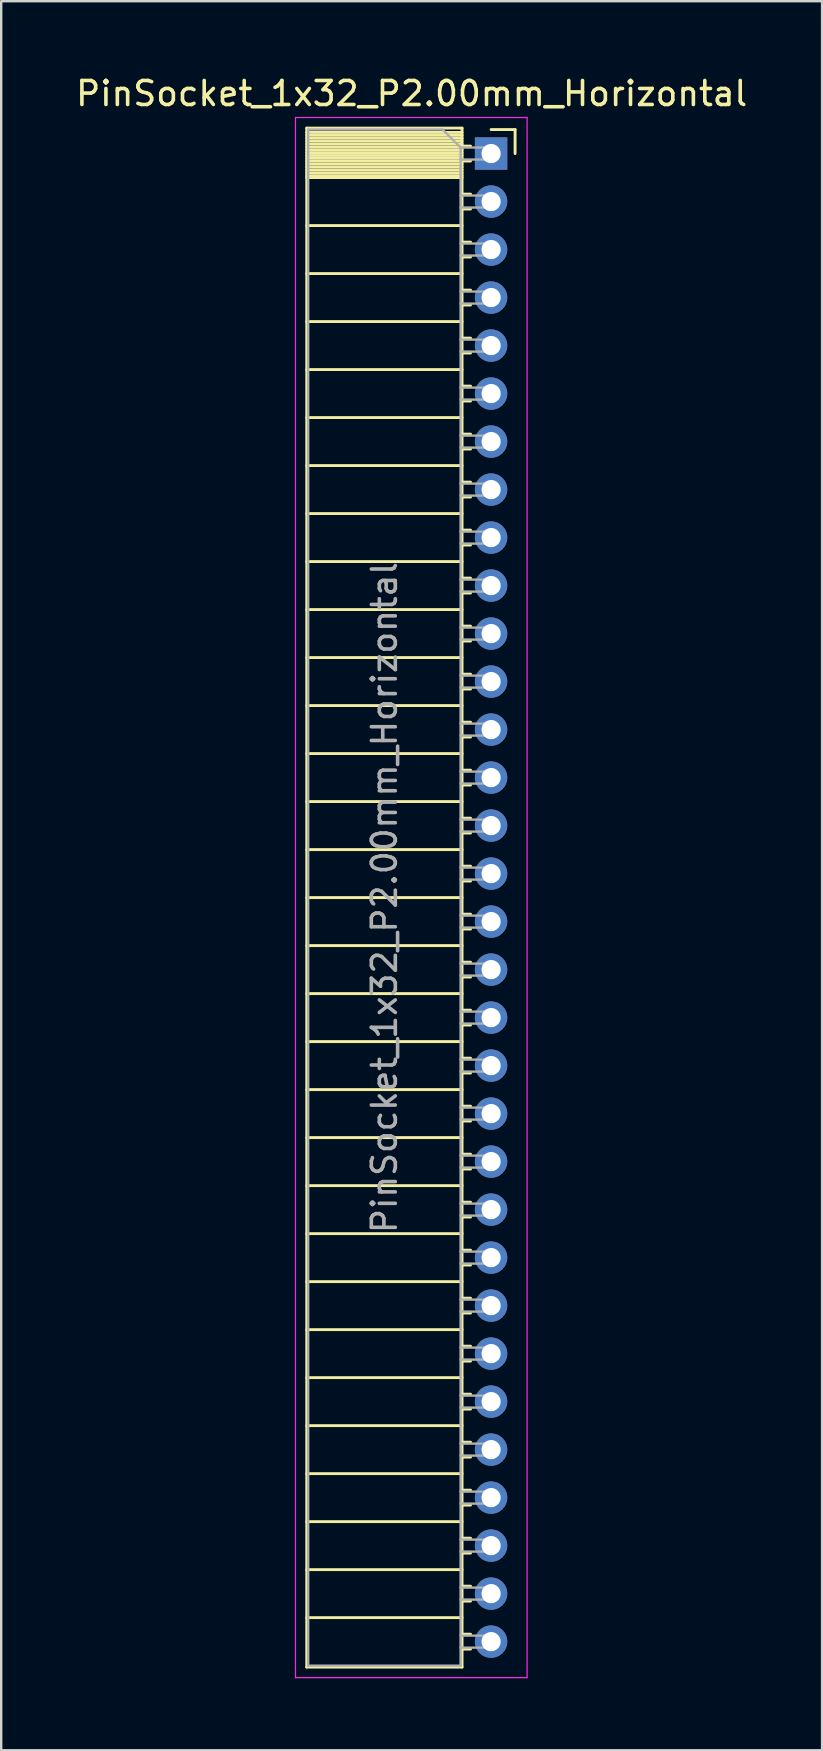
<source format=kicad_pcb>
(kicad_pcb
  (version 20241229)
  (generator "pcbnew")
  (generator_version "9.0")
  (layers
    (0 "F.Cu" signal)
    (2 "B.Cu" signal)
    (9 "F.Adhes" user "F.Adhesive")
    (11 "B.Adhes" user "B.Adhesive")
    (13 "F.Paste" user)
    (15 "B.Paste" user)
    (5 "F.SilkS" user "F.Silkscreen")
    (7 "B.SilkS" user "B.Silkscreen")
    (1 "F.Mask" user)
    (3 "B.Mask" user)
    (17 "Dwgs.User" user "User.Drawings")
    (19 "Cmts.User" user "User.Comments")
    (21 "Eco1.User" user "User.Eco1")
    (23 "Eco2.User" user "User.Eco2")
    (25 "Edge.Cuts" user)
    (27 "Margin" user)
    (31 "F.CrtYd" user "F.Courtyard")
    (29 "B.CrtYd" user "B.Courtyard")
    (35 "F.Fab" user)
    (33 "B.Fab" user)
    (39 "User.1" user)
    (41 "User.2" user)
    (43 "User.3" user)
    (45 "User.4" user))
  (footprint "PinSocket_1x32_P2.00mm_Horizontal"
    (layer "F.Cu")
    (at 17.411 3.348)
    (property "Reference" "PinSocket_1x32_P2.00mm_Horizontal" (at -3.31 -2.5 0) (layer "F.SilkS") (effects (font (size 1 1) (thickness 0.15))))
    (attr through_hole)
    (fp_line (start -7.68 -1.06) (end -1.21 -1.06) (stroke (width 0.12) (type solid)) (layer "F.SilkS"))
    (fp_line (start -7.68 -0.88) (end -1.21 -0.88) (stroke (width 0.12) (type solid)) (layer "F.SilkS"))
    (fp_line (start -7.68 -0.76) (end -1.21 -0.76) (stroke (width 0.12) (type solid)) (layer "F.SilkS"))
    (fp_line (start -7.68 -0.64) (end -1.21 -0.64) (stroke (width 0.12) (type solid)) (layer "F.SilkS"))
    (fp_line (start -7.68 -0.52) (end -1.21 -0.52) (stroke (width 0.12) (type solid)) (layer "F.SilkS"))
    (fp_line (start -7.68 -0.4) (end -1.21 -0.4) (stroke (width 0.12) (type solid)) (layer "F.SilkS"))
    (fp_line (start -7.68 -0.28) (end -1.21 -0.28) (stroke (width 0.12) (type solid)) (layer "F.SilkS"))
    (fp_line (start -7.68 -0.16) (end -1.21 -0.16) (stroke (width 0.12) (type solid)) (layer "F.SilkS"))
    (fp_line (start -7.68 -0.04) (end -1.21 -0.04) (stroke (width 0.12) (type solid)) (layer "F.SilkS"))
    (fp_line (start -7.68 0.08) (end -1.21 0.08) (stroke (width 0.12) (type solid)) (layer "F.SilkS"))
    (fp_line (start -7.68 0.2) (end -1.21 0.2) (stroke (width 0.12) (type solid)) (layer "F.SilkS"))
    (fp_line (start -7.68 0.32) (end -1.21 0.32) (stroke (width 0.12) (type solid)) (layer "F.SilkS"))
    (fp_line (start -7.68 0.44) (end -1.21 0.44) (stroke (width 0.12) (type solid)) (layer "F.SilkS"))
    (fp_line (start -7.68 0.56) (end -1.21 0.56) (stroke (width 0.12) (type solid)) (layer "F.SilkS"))
    (fp_line (start -7.68 0.68) (end -1.21 0.68) (stroke (width 0.12) (type solid)) (layer "F.SilkS"))
    (fp_line (start -7.68 0.8) (end -1.21 0.8) (stroke (width 0.12) (type solid)) (layer "F.SilkS"))
    (fp_line (start -7.68 0.92) (end -1.21 0.92) (stroke (width 0.12) (type solid)) (layer "F.SilkS"))
    (fp_line (start -7.68 1) (end -1.21 1) (stroke (width 0.12) (type solid)) (layer "F.SilkS"))
    (fp_line (start -7.68 3) (end -1.21 3) (stroke (width 0.12) (type solid)) (layer "F.SilkS"))
    (fp_line (start -7.68 5) (end -1.21 5) (stroke (width 0.12) (type solid)) (layer "F.SilkS"))
    (fp_line (start -7.68 7) (end -1.21 7) (stroke (width 0.12) (type solid)) (layer "F.SilkS"))
    (fp_line (start -7.68 9) (end -1.21 9) (stroke (width 0.12) (type solid)) (layer "F.SilkS"))
    (fp_line (start -7.68 11) (end -1.21 11) (stroke (width 0.12) (type solid)) (layer "F.SilkS"))
    (fp_line (start -7.68 13) (end -1.21 13) (stroke (width 0.12) (type solid)) (layer "F.SilkS"))
    (fp_line (start -7.68 15) (end -1.21 15) (stroke (width 0.12) (type solid)) (layer "F.SilkS"))
    (fp_line (start -7.68 17) (end -1.21 17) (stroke (width 0.12) (type solid)) (layer "F.SilkS"))
    (fp_line (start -7.68 19) (end -1.21 19) (stroke (width 0.12) (type solid)) (layer "F.SilkS"))
    (fp_line (start -7.68 21) (end -1.21 21) (stroke (width 0.12) (type solid)) (layer "F.SilkS"))
    (fp_line (start -7.68 23) (end -1.21 23) (stroke (width 0.12) (type solid)) (layer "F.SilkS"))
    (fp_line (start -7.68 25) (end -1.21 25) (stroke (width 0.12) (type solid)) (layer "F.SilkS"))
    (fp_line (start -7.68 27) (end -1.21 27) (stroke (width 0.12) (type solid)) (layer "F.SilkS"))
    (fp_line (start -7.68 29) (end -1.21 29) (stroke (width 0.12) (type solid)) (layer "F.SilkS"))
    (fp_line (start -7.68 31) (end -1.21 31) (stroke (width 0.12) (type solid)) (layer "F.SilkS"))
    (fp_line (start -7.68 33) (end -1.21 33) (stroke (width 0.12) (type solid)) (layer "F.SilkS"))
    (fp_line (start -7.68 35) (end -1.21 35) (stroke (width 0.12) (type solid)) (layer "F.SilkS"))
    (fp_line (start -7.68 37) (end -1.21 37) (stroke (width 0.12) (type solid)) (layer "F.SilkS"))
    (fp_line (start -7.68 39) (end -1.21 39) (stroke (width 0.12) (type solid)) (layer "F.SilkS"))
    (fp_line (start -7.68 41) (end -1.21 41) (stroke (width 0.12) (type solid)) (layer "F.SilkS"))
    (fp_line (start -7.68 43) (end -1.21 43) (stroke (width 0.12) (type solid)) (layer "F.SilkS"))
    (fp_line (start -7.68 45) (end -1.21 45) (stroke (width 0.12) (type solid)) (layer "F.SilkS"))
    (fp_line (start -7.68 47) (end -1.21 47) (stroke (width 0.12) (type solid)) (layer "F.SilkS"))
    (fp_line (start -7.68 49) (end -1.21 49) (stroke (width 0.12) (type solid)) (layer "F.SilkS"))
    (fp_line (start -7.68 51) (end -1.21 51) (stroke (width 0.12) (type solid)) (layer "F.SilkS"))
    (fp_line (start -7.68 53) (end -1.21 53) (stroke (width 0.12) (type solid)) (layer "F.SilkS"))
    (fp_line (start -7.68 55) (end -1.21 55) (stroke (width 0.12) (type solid)) (layer "F.SilkS"))
    (fp_line (start -7.68 57) (end -1.21 57) (stroke (width 0.12) (type solid)) (layer "F.SilkS"))
    (fp_line (start -7.68 59) (end -1.21 59) (stroke (width 0.12) (type solid)) (layer "F.SilkS"))
    (fp_line (start -7.68 61) (end -1.21 61) (stroke (width 0.12) (type solid)) (layer "F.SilkS"))
    (fp_line (start -7.68 63.06) (end -7.68 -1.06) (stroke (width 0.12) (type solid)) (layer "F.SilkS"))
    (fp_line (start -1.21 -1.06) (end -1.21 63.06) (stroke (width 0.12) (type solid)) (layer "F.SilkS"))
    (fp_line (start -1.21 -0.31) (end -0.855 -0.31) (stroke (width 0.12) (type solid)) (layer "F.SilkS"))
    (fp_line (start -1.21 1.69) (end -0.855 1.69) (stroke (width 0.12) (type solid)) (layer "F.SilkS"))
    (fp_line (start -1.21 3.69) (end -0.855 3.69) (stroke (width 0.12) (type solid)) (layer "F.SilkS"))
    (fp_line (start -1.21 5.69) (end -0.855 5.69) (stroke (width 0.12) (type solid)) (layer "F.SilkS"))
    (fp_line (start -1.21 7.69) (end -0.855 7.69) (stroke (width 0.12) (type solid)) (layer "F.SilkS"))
    (fp_line (start -1.21 9.69) (end -0.855 9.69) (stroke (width 0.12) (type solid)) (layer "F.SilkS"))
    (fp_line (start -1.21 11.69) (end -0.855 11.69) (stroke (width 0.12) (type solid)) (layer "F.SilkS"))
    (fp_line (start -1.21 13.69) (end -0.855 13.69) (stroke (width 0.12) (type solid)) (layer "F.SilkS"))
    (fp_line (start -1.21 15.69) (end -0.855 15.69) (stroke (width 0.12) (type solid)) (layer "F.SilkS"))
    (fp_line (start -1.21 17.69) (end -0.855 17.69) (stroke (width 0.12) (type solid)) (layer "F.SilkS"))
    (fp_line (start -1.21 19.69) (end -0.855 19.69) (stroke (width 0.12) (type solid)) (layer "F.SilkS"))
    (fp_line (start -1.21 21.69) (end -0.855 21.69) (stroke (width 0.12) (type solid)) (layer "F.SilkS"))
    (fp_line (start -1.21 23.69) (end -0.855 23.69) (stroke (width 0.12) (type solid)) (layer "F.SilkS"))
    (fp_line (start -1.21 25.69) (end -0.855 25.69) (stroke (width 0.12) (type solid)) (layer "F.SilkS"))
    (fp_line (start -1.21 27.69) (end -0.855 27.69) (stroke (width 0.12) (type solid)) (layer "F.SilkS"))
    (fp_line (start -1.21 29.69) (end -0.855 29.69) (stroke (width 0.12) (type solid)) (layer "F.SilkS"))
    (fp_line (start -1.21 31.69) (end -0.855 31.69) (stroke (width 0.12) (type solid)) (layer "F.SilkS"))
    (fp_line (start -1.21 33.69) (end -0.855 33.69) (stroke (width 0.12) (type solid)) (layer "F.SilkS"))
    (fp_line (start -1.21 35.69) (end -0.855 35.69) (stroke (width 0.12) (type solid)) (layer "F.SilkS"))
    (fp_line (start -1.21 37.69) (end -0.855 37.69) (stroke (width 0.12) (type solid)) (layer "F.SilkS"))
    (fp_line (start -1.21 39.69) (end -0.855 39.69) (stroke (width 0.12) (type solid)) (layer "F.SilkS"))
    (fp_line (start -1.21 41.69) (end -0.855 41.69) (stroke (width 0.12) (type solid)) (layer "F.SilkS"))
    (fp_line (start -1.21 43.69) (end -0.855 43.69) (stroke (width 0.12) (type solid)) (layer "F.SilkS"))
    (fp_line (start -1.21 45.69) (end -0.855 45.69) (stroke (width 0.12) (type solid)) (layer "F.SilkS"))
    (fp_line (start -1.21 47.69) (end -0.855 47.69) (stroke (width 0.12) (type solid)) (layer "F.SilkS"))
    (fp_line (start -1.21 49.69) (end -0.855 49.69) (stroke (width 0.12) (type solid)) (layer "F.SilkS"))
    (fp_line (start -1.21 51.69) (end -0.855 51.69) (stroke (width 0.12) (type solid)) (layer "F.SilkS"))
    (fp_line (start -1.21 53.69) (end -0.855 53.69) (stroke (width 0.12) (type solid)) (layer "F.SilkS"))
    (fp_line (start -1.21 55.69) (end -0.855 55.69) (stroke (width 0.12) (type solid)) (layer "F.SilkS"))
    (fp_line (start -1.21 57.69) (end -0.855 57.69) (stroke (width 0.12) (type solid)) (layer "F.SilkS"))
    (fp_line (start -1.21 59.69) (end -0.855 59.69) (stroke (width 0.12) (type solid)) (layer "F.SilkS"))
    (fp_line (start -1.21 61.69) (end -0.855 61.69) (stroke (width 0.12) (type solid)) (layer "F.SilkS"))
    (fp_line (start -1.21 63.06) (end -7.68 63.06) (stroke (width 0.12) (type solid)) (layer "F.SilkS"))
    (fp_line (start -0.855 0.31) (end -1.21 0.31) (stroke (width 0.12) (type solid)) (layer "F.SilkS"))
    (fp_line (start -0.855 2.31) (end -1.21 2.31) (stroke (width 0.12) (type solid)) (layer "F.SilkS"))
    (fp_line (start -0.855 4.31) (end -1.21 4.31) (stroke (width 0.12) (type solid)) (layer "F.SilkS"))
    (fp_line (start -0.855 6.31) (end -1.21 6.31) (stroke (width 0.12) (type solid)) (layer "F.SilkS"))
    (fp_line (start -0.855 8.31) (end -1.21 8.31) (stroke (width 0.12) (type solid)) (layer "F.SilkS"))
    (fp_line (start -0.855 10.31) (end -1.21 10.31) (stroke (width 0.12) (type solid)) (layer "F.SilkS"))
    (fp_line (start -0.855 12.31) (end -1.21 12.31) (stroke (width 0.12) (type solid)) (layer "F.SilkS"))
    (fp_line (start -0.855 14.31) (end -1.21 14.31) (stroke (width 0.12) (type solid)) (layer "F.SilkS"))
    (fp_line (start -0.855 16.31) (end -1.21 16.31) (stroke (width 0.12) (type solid)) (layer "F.SilkS"))
    (fp_line (start -0.855 18.31) (end -1.21 18.31) (stroke (width 0.12) (type solid)) (layer "F.SilkS"))
    (fp_line (start -0.855 20.31) (end -1.21 20.31) (stroke (width 0.12) (type solid)) (layer "F.SilkS"))
    (fp_line (start -0.855 22.31) (end -1.21 22.31) (stroke (width 0.12) (type solid)) (layer "F.SilkS"))
    (fp_line (start -0.855 24.31) (end -1.21 24.31) (stroke (width 0.12) (type solid)) (layer "F.SilkS"))
    (fp_line (start -0.855 26.31) (end -1.21 26.31) (stroke (width 0.12) (type solid)) (layer "F.SilkS"))
    (fp_line (start -0.855 28.31) (end -1.21 28.31) (stroke (width 0.12) (type solid)) (layer "F.SilkS"))
    (fp_line (start -0.855 30.31) (end -1.21 30.31) (stroke (width 0.12) (type solid)) (layer "F.SilkS"))
    (fp_line (start -0.855 32.31) (end -1.21 32.31) (stroke (width 0.12) (type solid)) (layer "F.SilkS"))
    (fp_line (start -0.855 34.31) (end -1.21 34.31) (stroke (width 0.12) (type solid)) (layer "F.SilkS"))
    (fp_line (start -0.855 36.31) (end -1.21 36.31) (stroke (width 0.12) (type solid)) (layer "F.SilkS"))
    (fp_line (start -0.855 38.31) (end -1.21 38.31) (stroke (width 0.12) (type solid)) (layer "F.SilkS"))
    (fp_line (start -0.855 40.31) (end -1.21 40.31) (stroke (width 0.12) (type solid)) (layer "F.SilkS"))
    (fp_line (start -0.855 42.31) (end -1.21 42.31) (stroke (width 0.12) (type solid)) (layer "F.SilkS"))
    (fp_line (start -0.855 44.31) (end -1.21 44.31) (stroke (width 0.12) (type solid)) (layer "F.SilkS"))
    (fp_line (start -0.855 46.31) (end -1.21 46.31) (stroke (width 0.12) (type solid)) (layer "F.SilkS"))
    (fp_line (start -0.855 48.31) (end -1.21 48.31) (stroke (width 0.12) (type solid)) (layer "F.SilkS"))
    (fp_line (start -0.855 50.31) (end -1.21 50.31) (stroke (width 0.12) (type solid)) (layer "F.SilkS"))
    (fp_line (start -0.855 52.31) (end -1.21 52.31) (stroke (width 0.12) (type solid)) (layer "F.SilkS"))
    (fp_line (start -0.855 54.31) (end -1.21 54.31) (stroke (width 0.12) (type solid)) (layer "F.SilkS"))
    (fp_line (start -0.855 56.31) (end -1.21 56.31) (stroke (width 0.12) (type solid)) (layer "F.SilkS"))
    (fp_line (start -0.855 58.31) (end -1.21 58.31) (stroke (width 0.12) (type solid)) (layer "F.SilkS"))
    (fp_line (start -0.855 60.31) (end -1.21 60.31) (stroke (width 0.12) (type solid)) (layer "F.SilkS"))
    (fp_line (start -0.855 62.31) (end -1.21 62.31) (stroke (width 0.12) (type solid)) (layer "F.SilkS"))
    (fp_line (start 0 -1) (end 1 -1) (stroke (width 0.12) (type solid)) (layer "F.SilkS"))
    (fp_line (start 1 -1) (end 1 0) (stroke (width 0.12) (type solid)) (layer "F.SilkS"))
    (fp_line (start -8.15 -1.5) (end -8.15 63.5) (stroke (width 0.05) (type solid)) (layer "F.CrtYd"))
    (fp_line (start -8.15 63.5) (end 1.5 63.5) (stroke (width 0.05) (type solid)) (layer "F.CrtYd"))
    (fp_line (start 1.5 -1.5) (end -8.15 -1.5) (stroke (width 0.05) (type solid)) (layer "F.CrtYd"))
    (fp_line (start 1.5 63.5) (end 1.5 -1.5) (stroke (width 0.05) (type solid)) (layer "F.CrtYd"))
    (fp_line (start -7.62 -1) (end -2.02 -1) (stroke (width 0.1) (type solid)) (layer "F.Fab"))
    (fp_line (start -7.62 63) (end -7.62 -1) (stroke (width 0.1) (type solid)) (layer "F.Fab"))
    (fp_line (start -2.02 -1) (end -1.27 -0.25) (stroke (width 0.1) (type solid)) (layer "F.Fab"))
    (fp_line (start -1.27 -0.25) (end -1.27 63) (stroke (width 0.1) (type solid)) (layer "F.Fab"))
    (fp_line (start -1.27 0.25) (end 0 0.25) (stroke (width 0.1) (type solid)) (layer "F.Fab"))
    (fp_line (start -1.27 2.25) (end 0 2.25) (stroke (width 0.1) (type solid)) (layer "F.Fab"))
    (fp_line (start -1.27 4.25) (end 0 4.25) (stroke (width 0.1) (type solid)) (layer "F.Fab"))
    (fp_line (start -1.27 6.25) (end 0 6.25) (stroke (width 0.1) (type solid)) (layer "F.Fab"))
    (fp_line (start -1.27 8.25) (end 0 8.25) (stroke (width 0.1) (type solid)) (layer "F.Fab"))
    (fp_line (start -1.27 10.25) (end 0 10.25) (stroke (width 0.1) (type solid)) (layer "F.Fab"))
    (fp_line (start -1.27 12.25) (end 0 12.25) (stroke (width 0.1) (type solid)) (layer "F.Fab"))
    (fp_line (start -1.27 14.25) (end 0 14.25) (stroke (width 0.1) (type solid)) (layer "F.Fab"))
    (fp_line (start -1.27 16.25) (end 0 16.25) (stroke (width 0.1) (type solid)) (layer "F.Fab"))
    (fp_line (start -1.27 18.25) (end 0 18.25) (stroke (width 0.1) (type solid)) (layer "F.Fab"))
    (fp_line (start -1.27 20.25) (end 0 20.25) (stroke (width 0.1) (type solid)) (layer "F.Fab"))
    (fp_line (start -1.27 22.25) (end 0 22.25) (stroke (width 0.1) (type solid)) (layer "F.Fab"))
    (fp_line (start -1.27 24.25) (end 0 24.25) (stroke (width 0.1) (type solid)) (layer "F.Fab"))
    (fp_line (start -1.27 26.25) (end 0 26.25) (stroke (width 0.1) (type solid)) (layer "F.Fab"))
    (fp_line (start -1.27 28.25) (end 0 28.25) (stroke (width 0.1) (type solid)) (layer "F.Fab"))
    (fp_line (start -1.27 30.25) (end 0 30.25) (stroke (width 0.1) (type solid)) (layer "F.Fab"))
    (fp_line (start -1.27 32.25) (end 0 32.25) (stroke (width 0.1) (type solid)) (layer "F.Fab"))
    (fp_line (start -1.27 34.25) (end 0 34.25) (stroke (width 0.1) (type solid)) (layer "F.Fab"))
    (fp_line (start -1.27 36.25) (end 0 36.25) (stroke (width 0.1) (type solid)) (layer "F.Fab"))
    (fp_line (start -1.27 38.25) (end 0 38.25) (stroke (width 0.1) (type solid)) (layer "F.Fab"))
    (fp_line (start -1.27 40.25) (end 0 40.25) (stroke (width 0.1) (type solid)) (layer "F.Fab"))
    (fp_line (start -1.27 42.25) (end 0 42.25) (stroke (width 0.1) (type solid)) (layer "F.Fab"))
    (fp_line (start -1.27 44.25) (end 0 44.25) (stroke (width 0.1) (type solid)) (layer "F.Fab"))
    (fp_line (start -1.27 46.25) (end 0 46.25) (stroke (width 0.1) (type solid)) (layer "F.Fab"))
    (fp_line (start -1.27 48.25) (end 0 48.25) (stroke (width 0.1) (type solid)) (layer "F.Fab"))
    (fp_line (start -1.27 50.25) (end 0 50.25) (stroke (width 0.1) (type solid)) (layer "F.Fab"))
    (fp_line (start -1.27 52.25) (end 0 52.25) (stroke (width 0.1) (type solid)) (layer "F.Fab"))
    (fp_line (start -1.27 54.25) (end 0 54.25) (stroke (width 0.1) (type solid)) (layer "F.Fab"))
    (fp_line (start -1.27 56.25) (end 0 56.25) (stroke (width 0.1) (type solid)) (layer "F.Fab"))
    (fp_line (start -1.27 58.25) (end 0 58.25) (stroke (width 0.1) (type solid)) (layer "F.Fab"))
    (fp_line (start -1.27 60.25) (end 0 60.25) (stroke (width 0.1) (type solid)) (layer "F.Fab"))
    (fp_line (start -1.27 62.25) (end 0 62.25) (stroke (width 0.1) (type solid)) (layer "F.Fab"))
    (fp_line (start -1.27 63) (end -7.62 63) (stroke (width 0.1) (type solid)) (layer "F.Fab"))
    (fp_line (start 0 -0.25) (end -1.27 -0.25) (stroke (width 0.1) (type solid)) (layer "F.Fab"))
    (fp_line (start 0 0.25) (end 0 -0.25) (stroke (width 0.1) (type solid)) (layer "F.Fab"))
    (fp_line (start 0 1.75) (end -1.27 1.75) (stroke (width 0.1) (type solid)) (layer "F.Fab"))
    (fp_line (start 0 2.25) (end 0 1.75) (stroke (width 0.1) (type solid)) (layer "F.Fab"))
    (fp_line (start 0 3.75) (end -1.27 3.75) (stroke (width 0.1) (type solid)) (layer "F.Fab"))
    (fp_line (start 0 4.25) (end 0 3.75) (stroke (width 0.1) (type solid)) (layer "F.Fab"))
    (fp_line (start 0 5.75) (end -1.27 5.75) (stroke (width 0.1) (type solid)) (layer "F.Fab"))
    (fp_line (start 0 6.25) (end 0 5.75) (stroke (width 0.1) (type solid)) (layer "F.Fab"))
    (fp_line (start 0 7.75) (end -1.27 7.75) (stroke (width 0.1) (type solid)) (layer "F.Fab"))
    (fp_line (start 0 8.25) (end 0 7.75) (stroke (width 0.1) (type solid)) (layer "F.Fab"))
    (fp_line (start 0 9.75) (end -1.27 9.75) (stroke (width 0.1) (type solid)) (layer "F.Fab"))
    (fp_line (start 0 10.25) (end 0 9.75) (stroke (width 0.1) (type solid)) (layer "F.Fab"))
    (fp_line (start 0 11.75) (end -1.27 11.75) (stroke (width 0.1) (type solid)) (layer "F.Fab"))
    (fp_line (start 0 12.25) (end 0 11.75) (stroke (width 0.1) (type solid)) (layer "F.Fab"))
    (fp_line (start 0 13.75) (end -1.27 13.75) (stroke (width 0.1) (type solid)) (layer "F.Fab"))
    (fp_line (start 0 14.25) (end 0 13.75) (stroke (width 0.1) (type solid)) (layer "F.Fab"))
    (fp_line (start 0 15.75) (end -1.27 15.75) (stroke (width 0.1) (type solid)) (layer "F.Fab"))
    (fp_line (start 0 16.25) (end 0 15.75) (stroke (width 0.1) (type solid)) (layer "F.Fab"))
    (fp_line (start 0 17.75) (end -1.27 17.75) (stroke (width 0.1) (type solid)) (layer "F.Fab"))
    (fp_line (start 0 18.25) (end 0 17.75) (stroke (width 0.1) (type solid)) (layer "F.Fab"))
    (fp_line (start 0 19.75) (end -1.27 19.75) (stroke (width 0.1) (type solid)) (layer "F.Fab"))
    (fp_line (start 0 20.25) (end 0 19.75) (stroke (width 0.1) (type solid)) (layer "F.Fab"))
    (fp_line (start 0 21.75) (end -1.27 21.75) (stroke (width 0.1) (type solid)) (layer "F.Fab"))
    (fp_line (start 0 22.25) (end 0 21.75) (stroke (width 0.1) (type solid)) (layer "F.Fab"))
    (fp_line (start 0 23.75) (end -1.27 23.75) (stroke (width 0.1) (type solid)) (layer "F.Fab"))
    (fp_line (start 0 24.25) (end 0 23.75) (stroke (width 0.1) (type solid)) (layer "F.Fab"))
    (fp_line (start 0 25.75) (end -1.27 25.75) (stroke (width 0.1) (type solid)) (layer "F.Fab"))
    (fp_line (start 0 26.25) (end 0 25.75) (stroke (width 0.1) (type solid)) (layer "F.Fab"))
    (fp_line (start 0 27.75) (end -1.27 27.75) (stroke (width 0.1) (type solid)) (layer "F.Fab"))
    (fp_line (start 0 28.25) (end 0 27.75) (stroke (width 0.1) (type solid)) (layer "F.Fab"))
    (fp_line (start 0 29.75) (end -1.27 29.75) (stroke (width 0.1) (type solid)) (layer "F.Fab"))
    (fp_line (start 0 30.25) (end 0 29.75) (stroke (width 0.1) (type solid)) (layer "F.Fab"))
    (fp_line (start 0 31.75) (end -1.27 31.75) (stroke (width 0.1) (type solid)) (layer "F.Fab"))
    (fp_line (start 0 32.25) (end 0 31.75) (stroke (width 0.1) (type solid)) (layer "F.Fab"))
    (fp_line (start 0 33.75) (end -1.27 33.75) (stroke (width 0.1) (type solid)) (layer "F.Fab"))
    (fp_line (start 0 34.25) (end 0 33.75) (stroke (width 0.1) (type solid)) (layer "F.Fab"))
    (fp_line (start 0 35.75) (end -1.27 35.75) (stroke (width 0.1) (type solid)) (layer "F.Fab"))
    (fp_line (start 0 36.25) (end 0 35.75) (stroke (width 0.1) (type solid)) (layer "F.Fab"))
    (fp_line (start 0 37.75) (end -1.27 37.75) (stroke (width 0.1) (type solid)) (layer "F.Fab"))
    (fp_line (start 0 38.25) (end 0 37.75) (stroke (width 0.1) (type solid)) (layer "F.Fab"))
    (fp_line (start 0 39.75) (end -1.27 39.75) (stroke (width 0.1) (type solid)) (layer "F.Fab"))
    (fp_line (start 0 40.25) (end 0 39.75) (stroke (width 0.1) (type solid)) (layer "F.Fab"))
    (fp_line (start 0 41.75) (end -1.27 41.75) (stroke (width 0.1) (type solid)) (layer "F.Fab"))
    (fp_line (start 0 42.25) (end 0 41.75) (stroke (width 0.1) (type solid)) (layer "F.Fab"))
    (fp_line (start 0 43.75) (end -1.27 43.75) (stroke (width 0.1) (type solid)) (layer "F.Fab"))
    (fp_line (start 0 44.25) (end 0 43.75) (stroke (width 0.1) (type solid)) (layer "F.Fab"))
    (fp_line (start 0 45.75) (end -1.27 45.75) (stroke (width 0.1) (type solid)) (layer "F.Fab"))
    (fp_line (start 0 46.25) (end 0 45.75) (stroke (width 0.1) (type solid)) (layer "F.Fab"))
    (fp_line (start 0 47.75) (end -1.27 47.75) (stroke (width 0.1) (type solid)) (layer "F.Fab"))
    (fp_line (start 0 48.25) (end 0 47.75) (stroke (width 0.1) (type solid)) (layer "F.Fab"))
    (fp_line (start 0 49.75) (end -1.27 49.75) (stroke (width 0.1) (type solid)) (layer "F.Fab"))
    (fp_line (start 0 50.25) (end 0 49.75) (stroke (width 0.1) (type solid)) (layer "F.Fab"))
    (fp_line (start 0 51.75) (end -1.27 51.75) (stroke (width 0.1) (type solid)) (layer "F.Fab"))
    (fp_line (start 0 52.25) (end 0 51.75) (stroke (width 0.1) (type solid)) (layer "F.Fab"))
    (fp_line (start 0 53.75) (end -1.27 53.75) (stroke (width 0.1) (type solid)) (layer "F.Fab"))
    (fp_line (start 0 54.25) (end 0 53.75) (stroke (width 0.1) (type solid)) (layer "F.Fab"))
    (fp_line (start 0 55.75) (end -1.27 55.75) (stroke (width 0.1) (type solid)) (layer "F.Fab"))
    (fp_line (start 0 56.25) (end 0 55.75) (stroke (width 0.1) (type solid)) (layer "F.Fab"))
    (fp_line (start 0 57.75) (end -1.27 57.75) (stroke (width 0.1) (type solid)) (layer "F.Fab"))
    (fp_line (start 0 58.25) (end 0 57.75) (stroke (width 0.1) (type solid)) (layer "F.Fab"))
    (fp_line (start 0 59.75) (end -1.27 59.75) (stroke (width 0.1) (type solid)) (layer "F.Fab"))
    (fp_line (start 0 60.25) (end 0 59.75) (stroke (width 0.1) (type solid)) (layer "F.Fab"))
    (fp_line (start 0 61.75) (end -1.27 61.75) (stroke (width 0.1) (type solid)) (layer "F.Fab"))
    (fp_line (start 0 62.25) (end 0 61.75) (stroke (width 0.1) (type solid)) (layer "F.Fab"))
    (fp_text user "${REFERENCE}" (at -4.445 31 90) (layer "F.Fab") (effects (font (size 1 1) (thickness 0.15))))
    (pad "1" thru_hole rect (at 0 0) (size 1.35 1.35) (drill 0.8) (layers "*.Cu" "*.Mask"))
    (pad "2" thru_hole oval (at 0 2) (size 1.35 1.35) (drill 0.8) (layers "*.Cu" "*.Mask"))
    (pad "3" thru_hole oval (at 0 4) (size 1.35 1.35) (drill 0.8) (layers "*.Cu" "*.Mask"))
    (pad "4" thru_hole oval (at 0 6) (size 1.35 1.35) (drill 0.8) (layers "*.Cu" "*.Mask"))
    (pad "5" thru_hole oval (at 0 8) (size 1.35 1.35) (drill 0.8) (layers "*.Cu" "*.Mask"))
    (pad "6" thru_hole oval (at 0 10) (size 1.35 1.35) (drill 0.8) (layers "*.Cu" "*.Mask"))
    (pad "7" thru_hole oval (at 0 12) (size 1.35 1.35) (drill 0.8) (layers "*.Cu" "*.Mask"))
    (pad "8" thru_hole oval (at 0 14) (size 1.35 1.35) (drill 0.8) (layers "*.Cu" "*.Mask"))
    (pad "9" thru_hole oval (at 0 16) (size 1.35 1.35) (drill 0.8) (layers "*.Cu" "*.Mask"))
    (pad "10" thru_hole oval (at 0 18) (size 1.35 1.35) (drill 0.8) (layers "*.Cu" "*.Mask"))
    (pad "11" thru_hole oval (at 0 20) (size 1.35 1.35) (drill 0.8) (layers "*.Cu" "*.Mask"))
    (pad "12" thru_hole oval (at 0 22) (size 1.35 1.35) (drill 0.8) (layers "*.Cu" "*.Mask"))
    (pad "13" thru_hole oval (at 0 24) (size 1.35 1.35) (drill 0.8) (layers "*.Cu" "*.Mask"))
    (pad "14" thru_hole oval (at 0 26) (size 1.35 1.35) (drill 0.8) (layers "*.Cu" "*.Mask"))
    (pad "15" thru_hole oval (at 0 28) (size 1.35 1.35) (drill 0.8) (layers "*.Cu" "*.Mask"))
    (pad "16" thru_hole oval (at 0 30) (size 1.35 1.35) (drill 0.8) (layers "*.Cu" "*.Mask"))
    (pad "17" thru_hole oval (at 0 32) (size 1.35 1.35) (drill 0.8) (layers "*.Cu" "*.Mask"))
    (pad "18" thru_hole oval (at 0 34) (size 1.35 1.35) (drill 0.8) (layers "*.Cu" "*.Mask"))
    (pad "19" thru_hole oval (at 0 36) (size 1.35 1.35) (drill 0.8) (layers "*.Cu" "*.Mask"))
    (pad "20" thru_hole oval (at 0 38) (size 1.35 1.35) (drill 0.8) (layers "*.Cu" "*.Mask"))
    (pad "21" thru_hole oval (at 0 40) (size 1.35 1.35) (drill 0.8) (layers "*.Cu" "*.Mask"))
    (pad "22" thru_hole oval (at 0 42) (size 1.35 1.35) (drill 0.8) (layers "*.Cu" "*.Mask"))
    (pad "23" thru_hole oval (at 0 44) (size 1.35 1.35) (drill 0.8) (layers "*.Cu" "*.Mask"))
    (pad "24" thru_hole oval (at 0 46) (size 1.35 1.35) (drill 0.8) (layers "*.Cu" "*.Mask"))
    (pad "25" thru_hole oval (at 0 48) (size 1.35 1.35) (drill 0.8) (layers "*.Cu" "*.Mask"))
    (pad "26" thru_hole oval (at 0 50) (size 1.35 1.35) (drill 0.8) (layers "*.Cu" "*.Mask"))
    (pad "27" thru_hole oval (at 0 52) (size 1.35 1.35) (drill 0.8) (layers "*.Cu" "*.Mask"))
    (pad "28" thru_hole oval (at 0 54) (size 1.35 1.35) (drill 0.8) (layers "*.Cu" "*.Mask"))
    (pad "29" thru_hole oval (at 0 56) (size 1.35 1.35) (drill 0.8) (layers "*.Cu" "*.Mask"))
    (pad "30" thru_hole oval (at 0 58) (size 1.35 1.35) (drill 0.8) (layers "*.Cu" "*.Mask"))
    (pad "31" thru_hole oval (at 0 60) (size 1.35 1.35) (drill 0.8) (layers "*.Cu" "*.Mask"))
    (pad "32" thru_hole oval (at 0 62) (size 1.35 1.35) (drill 0.8) (layers "*.Cu" "*.Mask")))
  (gr_rect
    (start -3 -3)
    (end 31.202 69.873)
    (stroke (width 0.1) (type default))
    (fill no)
    (layer "Edge.Cuts")))
</source>
